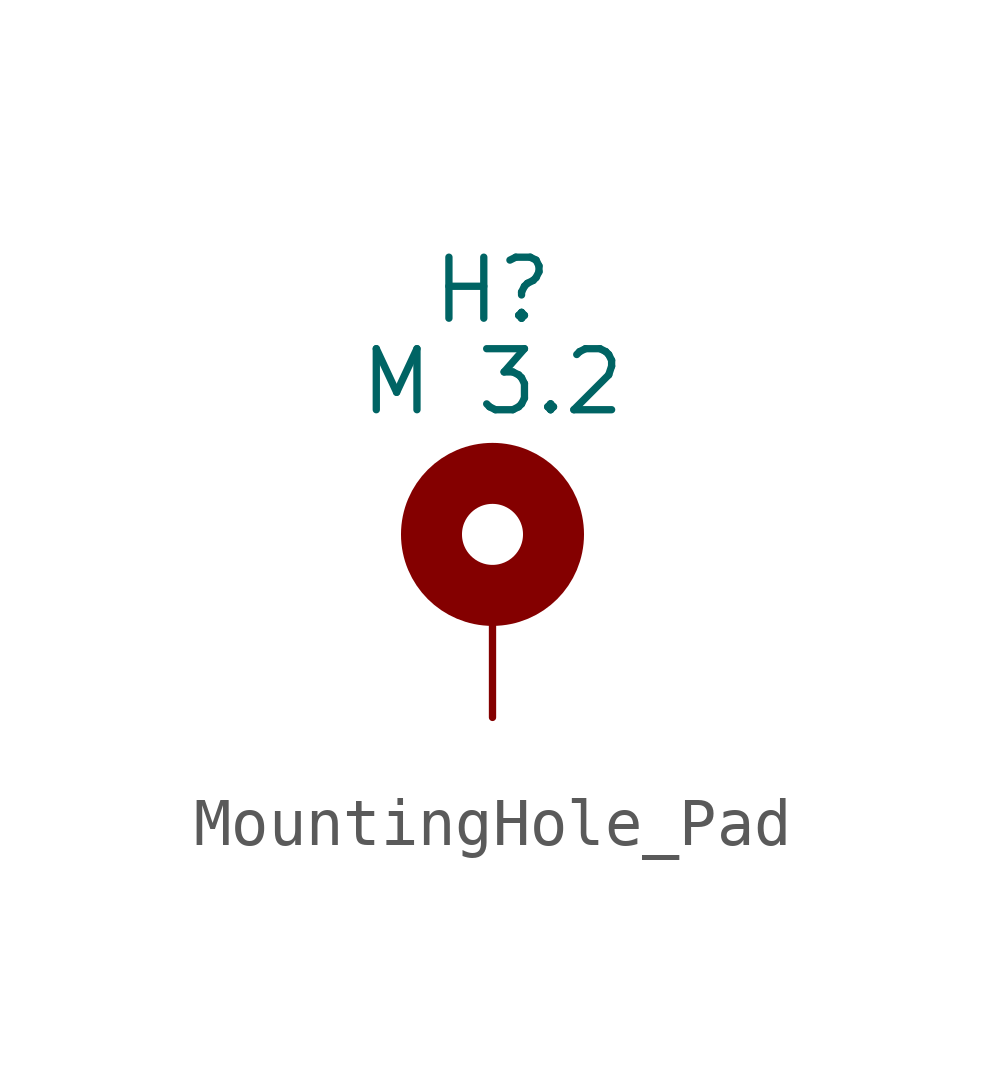
<source format=kicad_sym>
(kicad_symbol_lib
  (version 20241209)
  (generator "kicad_symbol_editor")
  (generator_version "9.0")
  (symbol "MountingHole_Pad"
    (pin_numbers
      (hide yes))
    (pin_names
      (offset 1.016)
      (hide yes))
    (property "Reference" "H"
      (at 0 6.35 0)
      (effects (font (size 1.27 1.27))))
    (property "Value" "M 3.2"
      (at 0 4.445 0)
      (effects (font (size 1.27 1.27))))
    (symbol "MountingHole_Pad_0_1"
      (circle (center 0 1.27) (radius 1.27) (stroke (width 1.27) (type default)) (fill (type none))))
    (symbol "MountingHole_Pad_1_1"
      (pin input line (at 0 -2.54 90) (length 2.54) (name "1" (effects (font (size 1.27 1.27)))) (number "1" (effects (font (size 1.27 1.27))))))))
</source>
